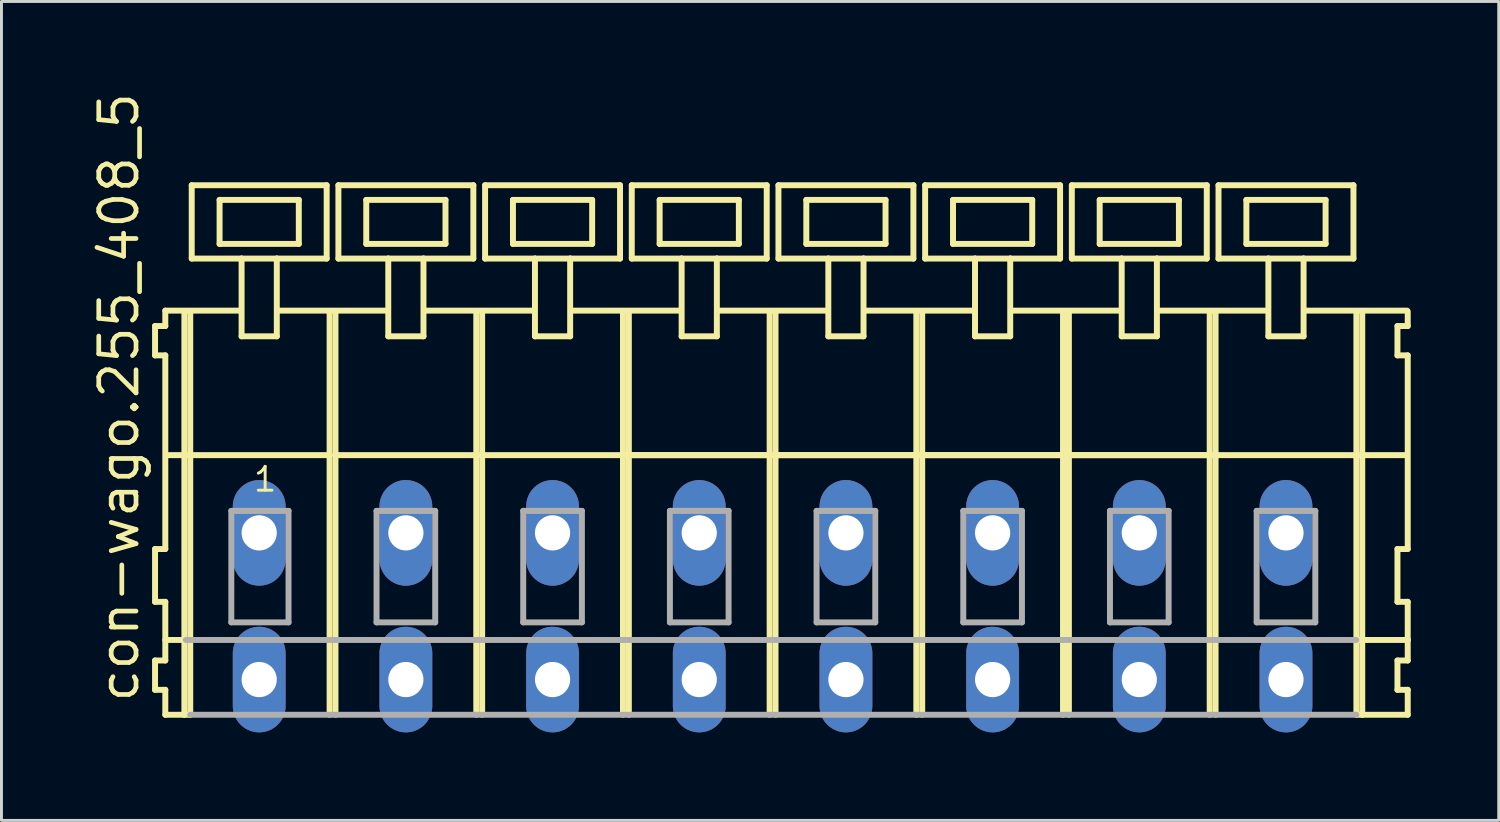
<source format=kicad_pcb>
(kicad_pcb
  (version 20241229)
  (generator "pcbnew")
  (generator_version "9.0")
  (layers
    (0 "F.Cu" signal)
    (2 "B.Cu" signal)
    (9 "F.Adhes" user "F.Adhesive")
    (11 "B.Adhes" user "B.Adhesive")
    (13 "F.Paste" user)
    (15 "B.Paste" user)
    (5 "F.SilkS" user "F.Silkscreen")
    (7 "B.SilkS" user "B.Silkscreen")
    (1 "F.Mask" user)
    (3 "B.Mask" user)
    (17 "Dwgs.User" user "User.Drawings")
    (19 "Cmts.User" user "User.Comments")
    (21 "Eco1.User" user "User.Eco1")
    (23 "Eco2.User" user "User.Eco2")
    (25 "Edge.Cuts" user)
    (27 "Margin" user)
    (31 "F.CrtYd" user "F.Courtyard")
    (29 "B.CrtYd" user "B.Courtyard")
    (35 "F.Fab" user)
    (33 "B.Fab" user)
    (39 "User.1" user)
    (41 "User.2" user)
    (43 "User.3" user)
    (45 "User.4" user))
  (footprint "con-wago.255_408_5"
    (layer "F.Cu")
    (at 23.285 15.114)
    (property "Reference" "con-wago.255_408_5" (at -21.535 5.855 90) (layer "F.SilkS") (effects (font (size 1.27 1.27) (thickness 0.16)) (justify left bottom)))
    (attr through_hole)
    (fp_line (start -21.05 -7.05) (end -21.05 -6.05) (stroke (width 0.203) (type default)) (layer "F.SilkS"))
    (fp_line (start -21.05 -6.05) (end -20.7 -6.05) (stroke (width 0.203) (type default)) (layer "F.SilkS"))
    (fp_line (start -21.05 0.55) (end -21.05 2.35) (stroke (width 0.203) (type default)) (layer "F.SilkS"))
    (fp_line (start -21.05 2.35) (end -20.7 2.35) (stroke (width 0.203) (type default)) (layer "F.SilkS"))
    (fp_line (start -21.05 4.35) (end -21.05 5.35) (stroke (width 0.203) (type default)) (layer "F.SilkS"))
    (fp_line (start -21.05 5.35) (end -20.7 5.35) (stroke (width 0.203) (type default)) (layer "F.SilkS"))
    (fp_line (start -20.7 -7.575) (end -20.7 -7.05) (stroke (width 0.203) (type default)) (layer "F.SilkS"))
    (fp_line (start -20.7 -7.575) (end -18.125 -7.575) (stroke (width 0.203) (type default)) (layer "F.SilkS"))
    (fp_line (start -20.7 -7.05) (end -21.05 -7.05) (stroke (width 0.203) (type default)) (layer "F.SilkS"))
    (fp_line (start -20.7 -6.05) (end -20.7 0.55) (stroke (width 0.203) (type default)) (layer "F.SilkS"))
    (fp_line (start -20.7 0.55) (end -21.05 0.55) (stroke (width 0.203) (type default)) (layer "F.SilkS"))
    (fp_line (start -20.7 2.35) (end -20.7 4.35) (stroke (width 0.203) (type default)) (layer "F.SilkS"))
    (fp_line (start -20.7 3.65) (end -20 3.65) (stroke (width 0.203) (type default)) (layer "F.SilkS"))
    (fp_line (start -20.7 4.35) (end -21.05 4.35) (stroke (width 0.203) (type default)) (layer "F.SilkS"))
    (fp_line (start -20.7 5.35) (end -20.7 6.2) (stroke (width 0.203) (type default)) (layer "F.SilkS"))
    (fp_line (start -20.7 6.2) (end -20.05 6.2) (stroke (width 0.203) (type default)) (layer "F.SilkS"))
    (fp_line (start -20.65 -2.65) (end -15.1 -2.65) (stroke (width 0.203) (type default)) (layer "F.SilkS"))
    (fp_line (start -20.05 -7.55) (end -20.05 6.2) (stroke (width 0.203) (type default)) (layer "F.SilkS"))
    (fp_line (start -20.05 6.2) (end -19.85 6.2) (stroke (width 0.203) (type default)) (layer "F.SilkS"))
    (fp_line (start -19.85 -7.55) (end -19.85 6.2) (stroke (width 0.203) (type default)) (layer "F.SilkS"))
    (fp_line (start -19.8 -11.85) (end -19.8 -9.35) (stroke (width 0.203) (type default)) (layer "F.SilkS"))
    (fp_line (start -19.8 -9.35) (end -18.1 -9.35) (stroke (width 0.203) (type default)) (layer "F.SilkS"))
    (fp_line (start -18.85 -11.35) (end -18.85 -9.85) (stroke (width 0.203) (type default)) (layer "F.SilkS"))
    (fp_line (start -18.85 -9.85) (end -16.15 -9.85) (stroke (width 0.203) (type default)) (layer "F.SilkS"))
    (fp_line (start -18.1 -9.35) (end -18.1 -6.7) (stroke (width 0.203) (type default)) (layer "F.SilkS"))
    (fp_line (start -18.1 -9.35) (end -16.9 -9.35) (stroke (width 0.203) (type default)) (layer "F.SilkS"))
    (fp_line (start -18.1 -6.7) (end -16.9 -6.7) (stroke (width 0.203) (type default)) (layer "F.SilkS"))
    (fp_line (start -16.9 -9.35) (end -15.2 -9.35) (stroke (width 0.203) (type default)) (layer "F.SilkS"))
    (fp_line (start -16.9 -6.7) (end -16.9 -9.35) (stroke (width 0.203) (type default)) (layer "F.SilkS"))
    (fp_line (start -16.825 -7.575) (end -13.125 -7.575) (stroke (width 0.203) (type default)) (layer "F.SilkS"))
    (fp_line (start -16.15 -11.35) (end -18.85 -11.35) (stroke (width 0.203) (type default)) (layer "F.SilkS"))
    (fp_line (start -16.15 -9.85) (end -16.15 -11.35) (stroke (width 0.203) (type default)) (layer "F.SilkS"))
    (fp_line (start -15.2 -11.85) (end -19.8 -11.85) (stroke (width 0.203) (type default)) (layer "F.SilkS"))
    (fp_line (start -15.2 -9.35) (end -15.2 -11.85) (stroke (width 0.203) (type default)) (layer "F.SilkS"))
    (fp_line (start -15.1 -7.55) (end -15.1 -2.65) (stroke (width 0.203) (type default)) (layer "F.SilkS"))
    (fp_line (start -15.1 -2.65) (end -15.1 6.2) (stroke (width 0.203) (type default)) (layer "F.SilkS"))
    (fp_line (start -14.9 -7.55) (end -14.9 -2.65) (stroke (width 0.203) (type default)) (layer "F.SilkS"))
    (fp_line (start -14.9 -2.65) (end -14.9 6.2) (stroke (width 0.203) (type default)) (layer "F.SilkS"))
    (fp_line (start -14.9 -2.65) (end -10.1 -2.65) (stroke (width 0.203) (type default)) (layer "F.SilkS"))
    (fp_line (start -14.8 -11.85) (end -14.8 -9.35) (stroke (width 0.203) (type default)) (layer "F.SilkS"))
    (fp_line (start -14.8 -9.35) (end -13.1 -9.35) (stroke (width 0.203) (type default)) (layer "F.SilkS"))
    (fp_line (start -13.85 -11.35) (end -13.85 -9.85) (stroke (width 0.203) (type default)) (layer "F.SilkS"))
    (fp_line (start -13.85 -9.85) (end -11.15 -9.85) (stroke (width 0.203) (type default)) (layer "F.SilkS"))
    (fp_line (start -13.1 -9.35) (end -13.1 -6.7) (stroke (width 0.203) (type default)) (layer "F.SilkS"))
    (fp_line (start -13.1 -9.35) (end -11.9 -9.35) (stroke (width 0.203) (type default)) (layer "F.SilkS"))
    (fp_line (start -13.1 -6.7) (end -11.9 -6.7) (stroke (width 0.203) (type default)) (layer "F.SilkS"))
    (fp_line (start -11.9 -9.35) (end -10.2 -9.35) (stroke (width 0.203) (type default)) (layer "F.SilkS"))
    (fp_line (start -11.9 -6.7) (end -11.9 -9.35) (stroke (width 0.203) (type default)) (layer "F.SilkS"))
    (fp_line (start -11.875 -7.575) (end -8.125 -7.575) (stroke (width 0.203) (type default)) (layer "F.SilkS"))
    (fp_line (start -11.15 -11.35) (end -13.85 -11.35) (stroke (width 0.203) (type default)) (layer "F.SilkS"))
    (fp_line (start -11.15 -9.85) (end -11.15 -11.35) (stroke (width 0.203) (type default)) (layer "F.SilkS"))
    (fp_line (start -10.2 -11.85) (end -14.8 -11.85) (stroke (width 0.203) (type default)) (layer "F.SilkS"))
    (fp_line (start -10.2 -9.35) (end -10.2 -11.85) (stroke (width 0.203) (type default)) (layer "F.SilkS"))
    (fp_line (start -10.1 -7.55) (end -10.1 -2.65) (stroke (width 0.203) (type default)) (layer "F.SilkS"))
    (fp_line (start -10.1 -2.65) (end -10.1 6.2) (stroke (width 0.203) (type default)) (layer "F.SilkS"))
    (fp_line (start -10.1 -2.65) (end -9.9 -2.65) (stroke (width 0.203) (type default)) (layer "F.SilkS"))
    (fp_line (start -9.9 -7.55) (end -9.9 -2.65) (stroke (width 0.203) (type default)) (layer "F.SilkS"))
    (fp_line (start -9.9 -2.65) (end -9.9 6.2) (stroke (width 0.203) (type default)) (layer "F.SilkS"))
    (fp_line (start -9.9 -2.65) (end -5.1 -2.65) (stroke (width 0.203) (type default)) (layer "F.SilkS"))
    (fp_line (start -9.8 -11.85) (end -9.8 -9.35) (stroke (width 0.203) (type default)) (layer "F.SilkS"))
    (fp_line (start -9.8 -9.35) (end -8.1 -9.35) (stroke (width 0.203) (type default)) (layer "F.SilkS"))
    (fp_line (start -8.85 -11.35) (end -8.85 -9.85) (stroke (width 0.203) (type default)) (layer "F.SilkS"))
    (fp_line (start -8.85 -9.85) (end -6.15 -9.85) (stroke (width 0.203) (type default)) (layer "F.SilkS"))
    (fp_line (start -8.1 -9.35) (end -8.1 -6.7) (stroke (width 0.203) (type default)) (layer "F.SilkS"))
    (fp_line (start -8.1 -9.35) (end -6.9 -9.35) (stroke (width 0.203) (type default)) (layer "F.SilkS"))
    (fp_line (start -8.1 -6.7) (end -6.9 -6.7) (stroke (width 0.203) (type default)) (layer "F.SilkS"))
    (fp_line (start -6.9 -9.35) (end -5.2 -9.35) (stroke (width 0.203) (type default)) (layer "F.SilkS"))
    (fp_line (start -6.9 -6.7) (end -6.9 -9.35) (stroke (width 0.203) (type default)) (layer "F.SilkS"))
    (fp_line (start -6.875 -7.575) (end -3.125 -7.575) (stroke (width 0.203) (type default)) (layer "F.SilkS"))
    (fp_line (start -6.15 -11.35) (end -8.85 -11.35) (stroke (width 0.203) (type default)) (layer "F.SilkS"))
    (fp_line (start -6.15 -9.85) (end -6.15 -11.35) (stroke (width 0.203) (type default)) (layer "F.SilkS"))
    (fp_line (start -5.2 -11.85) (end -9.8 -11.85) (stroke (width 0.203) (type default)) (layer "F.SilkS"))
    (fp_line (start -5.2 -9.35) (end -5.2 -11.85) (stroke (width 0.203) (type default)) (layer "F.SilkS"))
    (fp_line (start -5.1 -7.55) (end -5.1 -2.65) (stroke (width 0.203) (type default)) (layer "F.SilkS"))
    (fp_line (start -5.1 -2.65) (end -5.1 6.2) (stroke (width 0.203) (type default)) (layer "F.SilkS"))
    (fp_line (start -5.1 -2.65) (end -4.9 -2.65) (stroke (width 0.203) (type default)) (layer "F.SilkS"))
    (fp_line (start -5.1 -2.65) (end 19.9 -2.65) (stroke (width 0.203) (type default)) (layer "F.SilkS"))
    (fp_line (start -4.9 -7.55) (end -4.9 -2.65) (stroke (width 0.203) (type default)) (layer "F.SilkS"))
    (fp_line (start -4.9 -2.65) (end -4.9 6.2) (stroke (width 0.203) (type default)) (layer "F.SilkS"))
    (fp_line (start -4.9 -2.65) (end -0.1 -2.65) (stroke (width 0.203) (type default)) (layer "F.SilkS"))
    (fp_line (start -4.8 -11.85) (end -4.8 -9.35) (stroke (width 0.203) (type default)) (layer "F.SilkS"))
    (fp_line (start -4.8 -9.35) (end -3.1 -9.35) (stroke (width 0.203) (type default)) (layer "F.SilkS"))
    (fp_line (start -3.85 -11.35) (end -3.85 -9.85) (stroke (width 0.203) (type default)) (layer "F.SilkS"))
    (fp_line (start -3.85 -9.85) (end -1.15 -9.85) (stroke (width 0.203) (type default)) (layer "F.SilkS"))
    (fp_line (start -3.1 -9.35) (end -3.1 -6.7) (stroke (width 0.203) (type default)) (layer "F.SilkS"))
    (fp_line (start -3.1 -9.35) (end -1.9 -9.35) (stroke (width 0.203) (type default)) (layer "F.SilkS"))
    (fp_line (start -3.1 -6.7) (end -1.9 -6.7) (stroke (width 0.203) (type default)) (layer "F.SilkS"))
    (fp_line (start -1.9 -9.35) (end -0.2 -9.35) (stroke (width 0.203) (type default)) (layer "F.SilkS"))
    (fp_line (start -1.9 -6.7) (end -1.9 -9.35) (stroke (width 0.203) (type default)) (layer "F.SilkS"))
    (fp_line (start -1.875 -7.575) (end 1.875 -7.575) (stroke (width 0.203) (type default)) (layer "F.SilkS"))
    (fp_line (start -1.15 -11.35) (end -3.85 -11.35) (stroke (width 0.203) (type default)) (layer "F.SilkS"))
    (fp_line (start -1.15 -9.85) (end -1.15 -11.35) (stroke (width 0.203) (type default)) (layer "F.SilkS"))
    (fp_line (start -0.2 -11.85) (end -4.8 -11.85) (stroke (width 0.203) (type default)) (layer "F.SilkS"))
    (fp_line (start -0.2 -9.35) (end -0.2 -11.85) (stroke (width 0.203) (type default)) (layer "F.SilkS"))
    (fp_line (start -0.1 -7.55) (end -0.1 -2.65) (stroke (width 0.203) (type default)) (layer "F.SilkS"))
    (fp_line (start -0.1 -2.65) (end -0.1 6.2) (stroke (width 0.203) (type default)) (layer "F.SilkS"))
    (fp_line (start -0.1 -2.65) (end 0.1 -2.65) (stroke (width 0.203) (type default)) (layer "F.SilkS"))
    (fp_line (start 0.1 -7.55) (end 0.1 -2.65) (stroke (width 0.203) (type default)) (layer "F.SilkS"))
    (fp_line (start 0.1 -2.65) (end 0.1 6.2) (stroke (width 0.203) (type default)) (layer "F.SilkS"))
    (fp_line (start 0.1 -2.65) (end 4.9 -2.65) (stroke (width 0.203) (type default)) (layer "F.SilkS"))
    (fp_line (start 0.2 -11.85) (end 0.2 -9.35) (stroke (width 0.203) (type default)) (layer "F.SilkS"))
    (fp_line (start 0.2 -9.35) (end 1.9 -9.35) (stroke (width 0.203) (type default)) (layer "F.SilkS"))
    (fp_line (start 1.15 -11.35) (end 1.15 -9.85) (stroke (width 0.203) (type default)) (layer "F.SilkS"))
    (fp_line (start 1.15 -9.85) (end 3.85 -9.85) (stroke (width 0.203) (type default)) (layer "F.SilkS"))
    (fp_line (start 1.9 -9.35) (end 1.9 -6.7) (stroke (width 0.203) (type default)) (layer "F.SilkS"))
    (fp_line (start 1.9 -9.35) (end 3.1 -9.35) (stroke (width 0.203) (type default)) (layer "F.SilkS"))
    (fp_line (start 1.9 -6.7) (end 3.1 -6.7) (stroke (width 0.203) (type default)) (layer "F.SilkS"))
    (fp_line (start 3.1 -9.35) (end 4.8 -9.35) (stroke (width 0.203) (type default)) (layer "F.SilkS"))
    (fp_line (start 3.1 -6.7) (end 3.1 -9.35) (stroke (width 0.203) (type default)) (layer "F.SilkS"))
    (fp_line (start 3.125 -7.575) (end 6.875 -7.575) (stroke (width 0.203) (type default)) (layer "F.SilkS"))
    (fp_line (start 3.85 -11.35) (end 1.15 -11.35) (stroke (width 0.203) (type default)) (layer "F.SilkS"))
    (fp_line (start 3.85 -9.85) (end 3.85 -11.35) (stroke (width 0.203) (type default)) (layer "F.SilkS"))
    (fp_line (start 4.8 -11.85) (end 0.2 -11.85) (stroke (width 0.203) (type default)) (layer "F.SilkS"))
    (fp_line (start 4.8 -9.35) (end 4.8 -11.85) (stroke (width 0.203) (type default)) (layer "F.SilkS"))
    (fp_line (start 4.9 -7.55) (end 4.9 -2.65) (stroke (width 0.203) (type default)) (layer "F.SilkS"))
    (fp_line (start 4.9 -2.65) (end 4.9 6.2) (stroke (width 0.203) (type default)) (layer "F.SilkS"))
    (fp_line (start 4.9 -2.65) (end 5.1 -2.65) (stroke (width 0.203) (type default)) (layer "F.SilkS"))
    (fp_line (start 5.1 -7.55) (end 5.1 -2.65) (stroke (width 0.203) (type default)) (layer "F.SilkS"))
    (fp_line (start 5.1 -2.65) (end 5.1 6.2) (stroke (width 0.203) (type default)) (layer "F.SilkS"))
    (fp_line (start 5.1 -2.65) (end 9.9 -2.65) (stroke (width 0.203) (type default)) (layer "F.SilkS"))
    (fp_line (start 5.2 -11.85) (end 5.2 -9.35) (stroke (width 0.203) (type default)) (layer "F.SilkS"))
    (fp_line (start 5.2 -9.35) (end 6.9 -9.35) (stroke (width 0.203) (type default)) (layer "F.SilkS"))
    (fp_line (start 6.15 -11.35) (end 6.15 -9.85) (stroke (width 0.203) (type default)) (layer "F.SilkS"))
    (fp_line (start 6.15 -9.85) (end 8.85 -9.85) (stroke (width 0.203) (type default)) (layer "F.SilkS"))
    (fp_line (start 6.9 -9.35) (end 6.9 -6.7) (stroke (width 0.203) (type default)) (layer "F.SilkS"))
    (fp_line (start 6.9 -9.35) (end 8.1 -9.35) (stroke (width 0.203) (type default)) (layer "F.SilkS"))
    (fp_line (start 6.9 -6.7) (end 8.1 -6.7) (stroke (width 0.203) (type default)) (layer "F.SilkS"))
    (fp_line (start 8.1 -9.35) (end 9.8 -9.35) (stroke (width 0.203) (type default)) (layer "F.SilkS"))
    (fp_line (start 8.1 -6.7) (end 8.1 -9.35) (stroke (width 0.203) (type default)) (layer "F.SilkS"))
    (fp_line (start 8.125 -7.575) (end 11.875 -7.575) (stroke (width 0.203) (type default)) (layer "F.SilkS"))
    (fp_line (start 8.85 -11.35) (end 6.15 -11.35) (stroke (width 0.203) (type default)) (layer "F.SilkS"))
    (fp_line (start 8.85 -9.85) (end 8.85 -11.35) (stroke (width 0.203) (type default)) (layer "F.SilkS"))
    (fp_line (start 9.8 -11.85) (end 5.2 -11.85) (stroke (width 0.203) (type default)) (layer "F.SilkS"))
    (fp_line (start 9.8 -9.35) (end 9.8 -11.85) (stroke (width 0.203) (type default)) (layer "F.SilkS"))
    (fp_line (start 9.9 -7.55) (end 9.9 -2.65) (stroke (width 0.203) (type default)) (layer "F.SilkS"))
    (fp_line (start 9.9 -2.65) (end 9.9 6.2) (stroke (width 0.203) (type default)) (layer "F.SilkS"))
    (fp_line (start 9.9 -2.65) (end 10.1 -2.65) (stroke (width 0.203) (type default)) (layer "F.SilkS"))
    (fp_line (start 10.1 -7.55) (end 10.1 -2.65) (stroke (width 0.203) (type default)) (layer "F.SilkS"))
    (fp_line (start 10.1 -2.65) (end 10.1 6.2) (stroke (width 0.203) (type default)) (layer "F.SilkS"))
    (fp_line (start 10.1 -2.65) (end 14.9 -2.65) (stroke (width 0.203) (type default)) (layer "F.SilkS"))
    (fp_line (start 10.2 -11.85) (end 10.2 -9.35) (stroke (width 0.203) (type default)) (layer "F.SilkS"))
    (fp_line (start 10.2 -9.35) (end 11.9 -9.35) (stroke (width 0.203) (type default)) (layer "F.SilkS"))
    (fp_line (start 11.15 -11.35) (end 11.15 -9.85) (stroke (width 0.203) (type default)) (layer "F.SilkS"))
    (fp_line (start 11.15 -9.85) (end 13.85 -9.85) (stroke (width 0.203) (type default)) (layer "F.SilkS"))
    (fp_line (start 11.9 -9.35) (end 11.9 -6.7) (stroke (width 0.203) (type default)) (layer "F.SilkS"))
    (fp_line (start 11.9 -9.35) (end 13.1 -9.35) (stroke (width 0.203) (type default)) (layer "F.SilkS"))
    (fp_line (start 11.9 -6.7) (end 13.1 -6.7) (stroke (width 0.203) (type default)) (layer "F.SilkS"))
    (fp_line (start 13.1 -9.35) (end 14.8 -9.35) (stroke (width 0.203) (type default)) (layer "F.SilkS"))
    (fp_line (start 13.1 -6.7) (end 13.1 -9.35) (stroke (width 0.203) (type default)) (layer "F.SilkS"))
    (fp_line (start 13.125 -7.575) (end 16.875 -7.575) (stroke (width 0.203) (type default)) (layer "F.SilkS"))
    (fp_line (start 13.85 -11.35) (end 11.15 -11.35) (stroke (width 0.203) (type default)) (layer "F.SilkS"))
    (fp_line (start 13.85 -9.85) (end 13.85 -11.35) (stroke (width 0.203) (type default)) (layer "F.SilkS"))
    (fp_line (start 14.8 -11.85) (end 10.2 -11.85) (stroke (width 0.203) (type default)) (layer "F.SilkS"))
    (fp_line (start 14.8 -9.35) (end 14.8 -11.85) (stroke (width 0.203) (type default)) (layer "F.SilkS"))
    (fp_line (start 14.9 -7.55) (end 14.9 -2.65) (stroke (width 0.203) (type default)) (layer "F.SilkS"))
    (fp_line (start 14.9 -2.65) (end 14.9 6.2) (stroke (width 0.203) (type default)) (layer "F.SilkS"))
    (fp_line (start 14.9 -2.65) (end 15.1 -2.65) (stroke (width 0.203) (type default)) (layer "F.SilkS"))
    (fp_line (start 15.1 -7.55) (end 15.1 -2.65) (stroke (width 0.203) (type default)) (layer "F.SilkS"))
    (fp_line (start 15.1 -2.65) (end 15.1 6.2) (stroke (width 0.203) (type default)) (layer "F.SilkS"))
    (fp_line (start 15.2 -11.85) (end 15.2 -9.35) (stroke (width 0.203) (type default)) (layer "F.SilkS"))
    (fp_line (start 15.2 -9.35) (end 16.9 -9.35) (stroke (width 0.203) (type default)) (layer "F.SilkS"))
    (fp_line (start 16.15 -11.35) (end 16.15 -9.85) (stroke (width 0.203) (type default)) (layer "F.SilkS"))
    (fp_line (start 16.15 -9.85) (end 18.85 -9.85) (stroke (width 0.203) (type default)) (layer "F.SilkS"))
    (fp_line (start 16.9 -9.35) (end 16.9 -6.7) (stroke (width 0.203) (type default)) (layer "F.SilkS"))
    (fp_line (start 16.9 -9.35) (end 18.1 -9.35) (stroke (width 0.203) (type default)) (layer "F.SilkS"))
    (fp_line (start 16.9 -6.7) (end 18.1 -6.7) (stroke (width 0.203) (type default)) (layer "F.SilkS"))
    (fp_line (start 18.1 -9.35) (end 19.8 -9.35) (stroke (width 0.203) (type default)) (layer "F.SilkS"))
    (fp_line (start 18.1 -6.7) (end 18.1 -9.35) (stroke (width 0.203) (type default)) (layer "F.SilkS"))
    (fp_line (start 18.125 -7.575) (end 21.625 -7.575) (stroke (width 0.203) (type default)) (layer "F.SilkS"))
    (fp_line (start 18.85 -11.35) (end 16.15 -11.35) (stroke (width 0.203) (type default)) (layer "F.SilkS"))
    (fp_line (start 18.85 -9.85) (end 18.85 -11.35) (stroke (width 0.203) (type default)) (layer "F.SilkS"))
    (fp_line (start 19.8 -11.85) (end 15.2 -11.85) (stroke (width 0.203) (type default)) (layer "F.SilkS"))
    (fp_line (start 19.8 -9.35) (end 19.8 -11.85) (stroke (width 0.203) (type default)) (layer "F.SilkS"))
    (fp_line (start 19.9 -7.55) (end 19.9 -2.65) (stroke (width 0.203) (type default)) (layer "F.SilkS"))
    (fp_line (start 19.9 -2.65) (end 19.9 6.2) (stroke (width 0.203) (type default)) (layer "F.SilkS"))
    (fp_line (start 19.9 -2.65) (end 20.1 -2.65) (stroke (width 0.203) (type default)) (layer "F.SilkS"))
    (fp_line (start 19.9 6.2) (end 20.1 6.2) (stroke (width 0.203) (type default)) (layer "F.SilkS"))
    (fp_line (start 19.95 3.65) (end 21.65 3.65) (stroke (width 0.203) (type default)) (layer "F.SilkS"))
    (fp_line (start 20.1 -7.55) (end 20.1 -2.65) (stroke (width 0.203) (type default)) (layer "F.SilkS"))
    (fp_line (start 20.1 -2.65) (end 20.1 6.2) (stroke (width 0.203) (type default)) (layer "F.SilkS"))
    (fp_line (start 20.1 -2.65) (end 21.6 -2.65) (stroke (width 0.203) (type default)) (layer "F.SilkS"))
    (fp_line (start 20.1 6.2) (end 21.65 6.2) (stroke (width 0.203) (type default)) (layer "F.SilkS"))
    (fp_line (start 21.3 -7.05) (end 21.3 -6.05) (stroke (width 0.203) (type default)) (layer "F.SilkS"))
    (fp_line (start 21.3 -6.05) (end 21.65 -6.05) (stroke (width 0.203) (type default)) (layer "F.SilkS"))
    (fp_line (start 21.3 0.55) (end 21.3 2.35) (stroke (width 0.203) (type default)) (layer "F.SilkS"))
    (fp_line (start 21.3 2.35) (end 21.65 2.35) (stroke (width 0.203) (type default)) (layer "F.SilkS"))
    (fp_line (start 21.3 4.35) (end 21.3 5.35) (stroke (width 0.203) (type default)) (layer "F.SilkS"))
    (fp_line (start 21.3 5.35) (end 21.65 5.35) (stroke (width 0.203) (type default)) (layer "F.SilkS"))
    (fp_line (start 21.65 -7.05) (end 21.3 -7.05) (stroke (width 0.203) (type default)) (layer "F.SilkS"))
    (fp_line (start 21.65 -7.05) (end 21.65 -7.55) (stroke (width 0.203) (type default)) (layer "F.SilkS"))
    (fp_line (start 21.65 0.55) (end 21.3 0.55) (stroke (width 0.203) (type default)) (layer "F.SilkS"))
    (fp_line (start 21.65 0.55) (end 21.65 -6.05) (stroke (width 0.203) (type default)) (layer "F.SilkS"))
    (fp_line (start 21.65 3.65) (end 21.65 2.35) (stroke (width 0.203) (type default)) (layer "F.SilkS"))
    (fp_line (start 21.65 4.35) (end 21.3 4.35) (stroke (width 0.203) (type default)) (layer "F.SilkS"))
    (fp_line (start 21.65 4.35) (end 21.65 3.65) (stroke (width 0.203) (type default)) (layer "F.SilkS"))
    (fp_line (start 21.65 6.2) (end 21.65 5.35) (stroke (width 0.203) (type default)) (layer "F.SilkS"))
    (fp_line (start -20 3.65) (end 19.9 3.65) (stroke (width 0.203) (type default)) (layer "F.Fab"))
    (fp_line (start -19.85 6.2) (end 19.9 6.2) (stroke (width 0.203) (type default)) (layer "F.Fab"))
    (fp_line (start -18.45 -0.75) (end -18.45 3.05) (stroke (width 0.203) (type default)) (layer "F.Fab"))
    (fp_line (start -18.45 3.05) (end -16.5 3.05) (stroke (width 0.203) (type default)) (layer "F.Fab"))
    (fp_line (start -16.5 -0.75) (end -18.45 -0.75) (stroke (width 0.203) (type default)) (layer "F.Fab"))
    (fp_line (start -16.5 3.05) (end -16.5 -0.75) (stroke (width 0.203) (type default)) (layer "F.Fab"))
    (fp_line (start -13.5 -0.75) (end -13.5 3.05) (stroke (width 0.203) (type default)) (layer "F.Fab"))
    (fp_line (start -13.5 3.05) (end -11.5 3.05) (stroke (width 0.203) (type default)) (layer "F.Fab"))
    (fp_line (start -11.5 -0.75) (end -13.5 -0.75) (stroke (width 0.203) (type default)) (layer "F.Fab"))
    (fp_line (start -11.5 3.05) (end -11.5 -0.75) (stroke (width 0.203) (type default)) (layer "F.Fab"))
    (fp_line (start -8.5 -0.75) (end -8.5 3.05) (stroke (width 0.203) (type default)) (layer "F.Fab"))
    (fp_line (start -8.5 3.05) (end -6.5 3.05) (stroke (width 0.203) (type default)) (layer "F.Fab"))
    (fp_line (start -6.5 -0.75) (end -8.5 -0.75) (stroke (width 0.203) (type default)) (layer "F.Fab"))
    (fp_line (start -6.5 3.05) (end -6.5 -0.75) (stroke (width 0.203) (type default)) (layer "F.Fab"))
    (fp_line (start -3.5 -0.75) (end -3.5 3.05) (stroke (width 0.203) (type default)) (layer "F.Fab"))
    (fp_line (start -3.5 3.05) (end -1.5 3.05) (stroke (width 0.203) (type default)) (layer "F.Fab"))
    (fp_line (start -1.5 -0.75) (end -3.5 -0.75) (stroke (width 0.203) (type default)) (layer "F.Fab"))
    (fp_line (start -1.5 3.05) (end -1.5 -0.75) (stroke (width 0.203) (type default)) (layer "F.Fab"))
    (fp_line (start 1.5 -0.75) (end 1.5 3.05) (stroke (width 0.203) (type default)) (layer "F.Fab"))
    (fp_line (start 1.5 3.05) (end 3.5 3.05) (stroke (width 0.203) (type default)) (layer "F.Fab"))
    (fp_line (start 3.5 -0.75) (end 1.5 -0.75) (stroke (width 0.203) (type default)) (layer "F.Fab"))
    (fp_line (start 3.5 3.05) (end 3.5 -0.75) (stroke (width 0.203) (type default)) (layer "F.Fab"))
    (fp_line (start 6.5 -0.75) (end 6.5 3.05) (stroke (width 0.203) (type default)) (layer "F.Fab"))
    (fp_line (start 6.5 3.05) (end 8.5 3.05) (stroke (width 0.203) (type default)) (layer "F.Fab"))
    (fp_line (start 8.5 -0.75) (end 6.5 -0.75) (stroke (width 0.203) (type default)) (layer "F.Fab"))
    (fp_line (start 8.5 3.05) (end 8.5 -0.75) (stroke (width 0.203) (type default)) (layer "F.Fab"))
    (fp_line (start 11.5 -0.75) (end 11.5 3.05) (stroke (width 0.203) (type default)) (layer "F.Fab"))
    (fp_line (start 11.5 3.05) (end 13.5 3.05) (stroke (width 0.203) (type default)) (layer "F.Fab"))
    (fp_line (start 13.5 -0.75) (end 11.5 -0.75) (stroke (width 0.203) (type default)) (layer "F.Fab"))
    (fp_line (start 13.5 3.05) (end 13.5 -0.75) (stroke (width 0.203) (type default)) (layer "F.Fab"))
    (fp_line (start 16.5 -0.75) (end 16.5 3.05) (stroke (width 0.203) (type default)) (layer "F.Fab"))
    (fp_line (start 16.5 3.05) (end 18.5 3.05) (stroke (width 0.203) (type default)) (layer "F.Fab"))
    (fp_line (start 18.5 -0.75) (end 16.5 -0.75) (stroke (width 0.203) (type default)) (layer "F.Fab"))
    (fp_line (start 18.5 3.05) (end 18.5 -0.75) (stroke (width 0.203) (type default)) (layer "F.Fab"))
    (fp_text user "1" (at -17.75 -1.35 0) (layer "F.SilkS") (effects (font (size 0.813 0.813) (thickness 0.1)) (justify left bottom)))
    (pad "A1" thru_hole oval (at -17.5 0 90) (size 3.6 1.8) (drill 1.2) (layers "*.Cu" "*.Mask"))
    (pad "A2" thru_hole oval (at -12.5 0 90) (size 3.6 1.8) (drill 1.2) (layers "*.Cu" "*.Mask"))
    (pad "A3" thru_hole oval (at -7.5 0 90) (size 3.6 1.8) (drill 1.2) (layers "*.Cu" "*.Mask"))
    (pad "A4" thru_hole oval (at -2.5 0 90) (size 3.6 1.8) (drill 1.2) (layers "*.Cu" "*.Mask"))
    (pad "A5" thru_hole oval (at 2.5 0 90) (size 3.6 1.8) (drill 1.2) (layers "*.Cu" "*.Mask"))
    (pad "A6" thru_hole oval (at 7.5 0 90) (size 3.6 1.8) (drill 1.2) (layers "*.Cu" "*.Mask"))
    (pad "A7" thru_hole oval (at 12.5 0 90) (size 3.6 1.8) (drill 1.2) (layers "*.Cu" "*.Mask"))
    (pad "A8" thru_hole oval (at 17.5 0 90) (size 3.6 1.8) (drill 1.2) (layers "*.Cu" "*.Mask"))
    (pad "B1" thru_hole oval (at -17.5 5 90) (size 3.6 1.8) (drill 1.2) (layers "*.Cu" "*.Mask"))
    (pad "B2" thru_hole oval (at -12.5 5 90) (size 3.6 1.8) (drill 1.2) (layers "*.Cu" "*.Mask"))
    (pad "B3" thru_hole oval (at -7.5 5 90) (size 3.6 1.8) (drill 1.2) (layers "*.Cu" "*.Mask"))
    (pad "B4" thru_hole oval (at -2.5 5 90) (size 3.6 1.8) (drill 1.2) (layers "*.Cu" "*.Mask"))
    (pad "B5" thru_hole oval (at 2.5 5 90) (size 3.6 1.8) (drill 1.2) (layers "*.Cu" "*.Mask"))
    (pad "B6" thru_hole oval (at 7.5 5 90) (size 3.6 1.8) (drill 1.2) (layers "*.Cu" "*.Mask"))
    (pad "B7" thru_hole oval (at 12.5 5 90) (size 3.6 1.8) (drill 1.2) (layers "*.Cu" "*.Mask"))
    (pad "B8" thru_hole oval (at 17.5 5 90) (size 3.6 1.8) (drill 1.2) (layers "*.Cu" "*.Mask")))
  (gr_rect
    (start -3 -3)
    (end 48.037 24.914)
    (stroke (width 0.1) (type default))
    (fill no)
    (layer "Edge.Cuts")))
</source>
